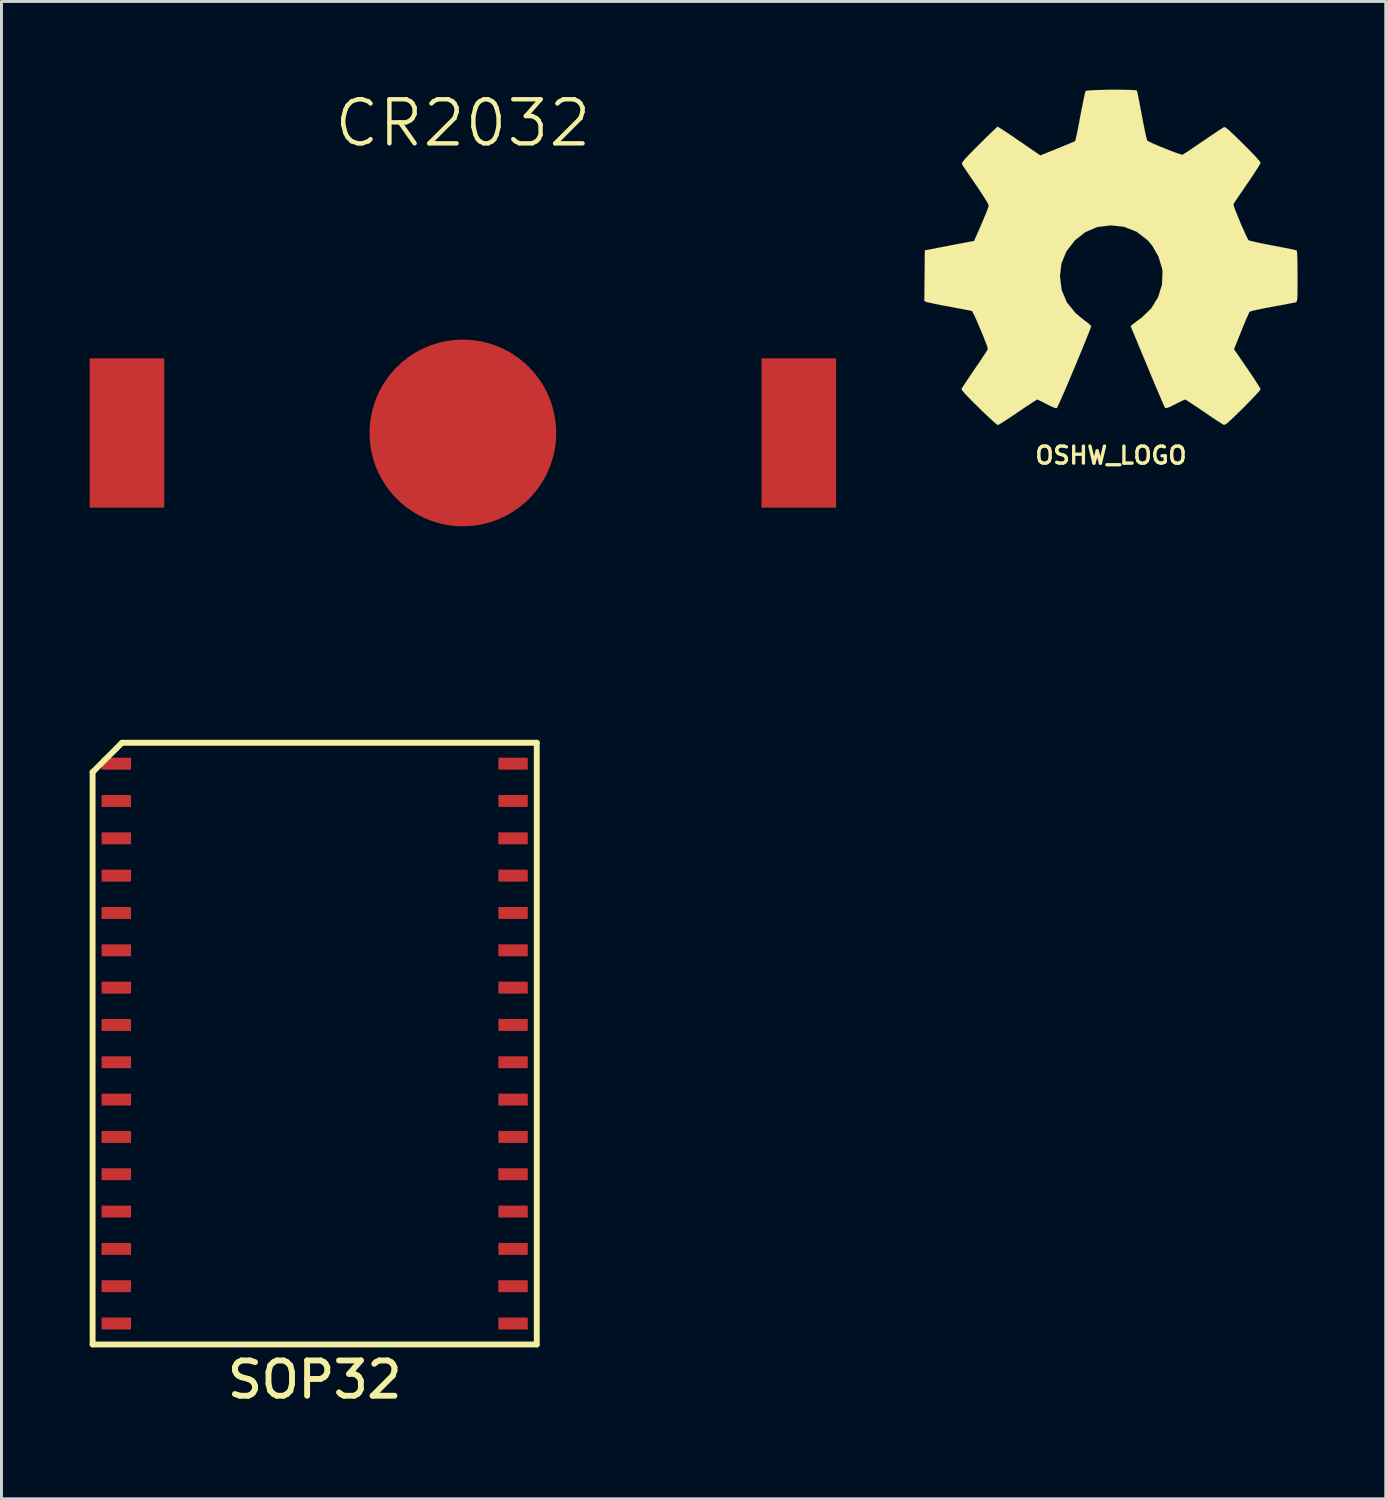
<source format=kicad_pcb>
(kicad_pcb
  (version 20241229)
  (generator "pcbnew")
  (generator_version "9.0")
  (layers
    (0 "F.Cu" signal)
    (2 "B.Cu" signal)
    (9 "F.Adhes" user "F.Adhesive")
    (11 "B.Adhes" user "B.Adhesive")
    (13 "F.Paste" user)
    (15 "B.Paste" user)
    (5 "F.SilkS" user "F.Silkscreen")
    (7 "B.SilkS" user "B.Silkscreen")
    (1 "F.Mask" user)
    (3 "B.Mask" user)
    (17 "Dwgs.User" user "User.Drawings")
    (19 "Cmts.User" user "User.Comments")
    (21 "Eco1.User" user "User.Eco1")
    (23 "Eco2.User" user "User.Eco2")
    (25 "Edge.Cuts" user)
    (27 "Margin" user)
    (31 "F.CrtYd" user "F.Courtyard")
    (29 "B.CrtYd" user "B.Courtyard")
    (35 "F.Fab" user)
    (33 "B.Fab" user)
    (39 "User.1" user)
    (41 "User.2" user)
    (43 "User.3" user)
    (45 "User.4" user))
  (footprint "CR2032"
    (layer "F.Cu")
    (at 12.7 11.682)
    (property "Reference" "CR2032" (at 0 -10.541 0) (layer "F.SilkS") (effects (font (size 1.5 1.5) (thickness 0.15))))
    (attr through_hole)
    (fp_line (start -10.541 -5.08) (end -8.255 -7.366) (stroke (width 0.15) (type solid)) (layer "Margin"))
    (fp_line (start -10.541 0) (end -10.541 -5.08) (stroke (width 0.15) (type solid)) (layer "Margin"))
    (fp_line (start -10.541 0) (end -10.541 4.445) (stroke (width 0.15) (type solid)) (layer "Margin"))
    (fp_line (start -10.541 4.445) (end -6.604 7.366) (stroke (width 0.15) (type solid)) (layer "Margin"))
    (fp_line (start -8.255 -7.366) (end 8.255 -7.366) (stroke (width 0.15) (type solid)) (layer "Margin"))
    (fp_line (start 8.255 -7.366) (end 10.541 -5.08) (stroke (width 0.15) (type solid)) (layer "Margin"))
    (fp_line (start 10.541 -5.08) (end 10.541 0) (stroke (width 0.15) (type solid)) (layer "Margin"))
    (fp_line (start 10.541 0) (end 10.541 4.445) (stroke (width 0.15) (type solid)) (layer "Margin"))
    (fp_line (start 10.541 4.445) (end 6.604 7.366) (stroke (width 0.15) (type solid)) (layer "Margin"))
    (fp_arc (start -6.604 7.366) (mid 0 4.630534) (end 6.604 7.366) (stroke (width 0.15) (type solid)) (layer "Margin"))
    (pad "1" smd rect (at -11.43 0) (size 2.54 5.08) (layers "F.Cu" "F.Mask"))
    (pad "1" smd rect (at 11.43 0) (size 2.54 5.08) (layers "F.Cu" "F.Mask"))
    (pad "2" smd circle (at 0 0) (size 6.35 6.35) (layers "F.Cu" "F.Mask")))
  (footprint "SOP32"
    (layer "F.Cu")
    (at 7.657 32.459)
    (property "Reference" "SOP32" (at 0 11.436 0) (layer "F.SilkS") (effects (font (size 1.2 1.2) (thickness 0.2))))
    (attr through_hole)
    (fp_line (start -7.556 -9.236) (end -7.556 10.236) (stroke (width 0.2) (type solid)) (layer "F.SilkS"))
    (fp_line (start -7.556 10.236) (end 7.556 10.236) (stroke (width 0.2) (type solid)) (layer "F.SilkS"))
    (fp_line (start -6.556 -10.236) (end -7.556 -9.236) (stroke (width 0.2) (type solid)) (layer "F.SilkS"))
    (fp_line (start 7.556 -10.236) (end -6.556 -10.236) (stroke (width 0.2) (type solid)) (layer "F.SilkS"))
    (fp_line (start 7.556 10.236) (end 7.556 -10.236) (stroke (width 0.2) (type solid)) (layer "F.SilkS"))
    (pad "1" smd rect (at -6.75 -9.525) (size 1 0.406) (layers "F.Cu" "F.Mask" "F.Paste"))
    (pad "2" smd rect (at -6.75 -8.255) (size 1 0.406) (layers "F.Cu" "F.Mask" "F.Paste"))
    (pad "3" smd rect (at -6.75 -6.985) (size 1 0.406) (layers "F.Cu" "F.Mask" "F.Paste"))
    (pad "4" smd rect (at -6.75 -5.715) (size 1 0.406) (layers "F.Cu" "F.Mask" "F.Paste"))
    (pad "5" smd rect (at -6.75 -4.445) (size 1 0.406) (layers "F.Cu" "F.Mask" "F.Paste"))
    (pad "6" smd rect (at -6.75 -3.175) (size 1 0.406) (layers "F.Cu" "F.Mask" "F.Paste"))
    (pad "7" smd rect (at -6.75 -1.905) (size 1 0.406) (layers "F.Cu" "F.Mask" "F.Paste"))
    (pad "8" smd rect (at -6.75 -0.635) (size 1 0.406) (layers "F.Cu" "F.Mask" "F.Paste"))
    (pad "9" smd rect (at -6.75 0.635) (size 1 0.406) (layers "F.Cu" "F.Mask" "F.Paste"))
    (pad "10" smd rect (at -6.75 1.905) (size 1 0.406) (layers "F.Cu" "F.Mask" "F.Paste"))
    (pad "11" smd rect (at -6.75 3.175) (size 1 0.406) (layers "F.Cu" "F.Mask" "F.Paste"))
    (pad "12" smd rect (at -6.75 4.445) (size 1 0.406) (layers "F.Cu" "F.Mask" "F.Paste"))
    (pad "13" smd rect (at -6.75 5.715) (size 1 0.406) (layers "F.Cu" "F.Mask" "F.Paste"))
    (pad "14" smd rect (at -6.75 6.985) (size 1 0.406) (layers "F.Cu" "F.Mask" "F.Paste"))
    (pad "15" smd rect (at -6.75 8.255) (size 1 0.406) (layers "F.Cu" "F.Mask" "F.Paste"))
    (pad "16" smd rect (at -6.75 9.525) (size 1 0.406) (layers "F.Cu" "F.Mask" "F.Paste"))
    (pad "17" smd rect (at 6.75 9.525) (size 1 0.406) (layers "F.Cu" "F.Mask" "F.Paste"))
    (pad "18" smd rect (at 6.75 8.255) (size 1 0.406) (layers "F.Cu" "F.Mask" "F.Paste"))
    (pad "19" smd rect (at 6.75 6.985) (size 1 0.406) (layers "F.Cu" "F.Mask" "F.Paste"))
    (pad "20" smd rect (at 6.75 5.715) (size 1 0.406) (layers "F.Cu" "F.Mask" "F.Paste"))
    (pad "21" smd rect (at 6.75 4.445) (size 1 0.406) (layers "F.Cu" "F.Mask" "F.Paste"))
    (pad "22" smd rect (at 6.75 3.175) (size 1 0.406) (layers "F.Cu" "F.Mask" "F.Paste"))
    (pad "23" smd rect (at 6.75 1.905) (size 1 0.406) (layers "F.Cu" "F.Mask" "F.Paste"))
    (pad "24" smd rect (at 6.75 0.635) (size 1 0.406) (layers "F.Cu" "F.Mask" "F.Paste"))
    (pad "25" smd rect (at 6.75 -0.635) (size 1 0.406) (layers "F.Cu" "F.Mask" "F.Paste"))
    (pad "26" smd rect (at 6.75 -1.905) (size 1 0.406) (layers "F.Cu" "F.Mask" "F.Paste"))
    (pad "27" smd rect (at 6.75 -3.175) (size 1 0.406) (layers "F.Cu" "F.Mask" "F.Paste"))
    (pad "28" smd rect (at 6.75 -4.445) (size 1 0.406) (layers "F.Cu" "F.Mask" "F.Paste"))
    (pad "29" smd rect (at 6.75 -5.715) (size 1 0.406) (layers "F.Cu" "F.Mask" "F.Paste"))
    (pad "30" smd rect (at 6.75 -6.985) (size 1 0.406) (layers "F.Cu" "F.Mask" "F.Paste"))
    (pad "31" smd rect (at 6.75 -8.255) (size 1 0.406) (layers "F.Cu" "F.Mask" "F.Paste"))
    (pad "32" smd rect (at 6.75 -9.525) (size 1 0.406) (layers "F.Cu" "F.Mask" "F.Paste")))
  (footprint "OSHW_LOGO"
    (layer "F.Cu")
    (at 34.751 5.709)
    (property "Reference" "OSHW_LOGO" (at 0 6.736 0) (layer "F.SilkS") (effects (font (size 0.579 0.579) (thickness 0.114))))
    (attr through_hole)
    (fp_poly (pts (xy -3.851 5.705) (xy -3.782 5.669) (xy -3.635 5.575) (xy -3.421 5.438) (xy -3.172 5.268) (xy -2.921 5.098) (xy -2.713 4.961) (xy -2.568 4.867) (xy -2.507 4.834) (xy -2.477 4.846) (xy -2.355 4.905) (xy -2.182 4.994) (xy -2.083 5.044) (xy -1.923 5.116) (xy -1.844 5.128) (xy -1.831 5.105) (xy -1.773 4.983) (xy -1.681 4.778) (xy -1.56 4.501) (xy -1.422 4.178) (xy -1.275 3.83) (xy -1.128 3.477) (xy -0.988 3.139) (xy -0.864 2.835) (xy -0.765 2.588) (xy -0.699 2.416) (xy -0.676 2.342) (xy -0.683 2.327) (xy -0.762 2.248) (xy -0.902 2.144) (xy -1.201 1.9) (xy -1.499 1.532) (xy -1.679 1.11) (xy -1.737 0.643) (xy -1.687 0.208) (xy -1.516 -0.208) (xy -1.227 -0.582) (xy -0.874 -0.861) (xy -0.462 -1.036) (xy 0 -1.092) (xy 0.442 -1.044) (xy 0.869 -0.876) (xy 1.242 -0.592) (xy 1.4 -0.409) (xy 1.618 -0.028) (xy 1.742 0.378) (xy 1.755 0.483) (xy 1.737 0.927) (xy 1.605 1.354) (xy 1.369 1.737) (xy 1.044 2.05) (xy 1.003 2.08) (xy 0.851 2.192) (xy 0.749 2.271) (xy 0.671 2.337) (xy 1.237 3.703) (xy 1.328 3.922) (xy 1.483 4.295) (xy 1.621 4.615) (xy 1.73 4.872) (xy 1.806 5.044) (xy 1.839 5.113) (xy 1.844 5.116) (xy 1.892 5.126) (xy 1.999 5.088) (xy 2.187 4.994) (xy 2.314 4.93) (xy 2.459 4.859) (xy 2.525 4.834) (xy 2.581 4.864) (xy 2.72 4.956) (xy 2.924 5.09) (xy 3.167 5.255) (xy 3.399 5.415) (xy 3.614 5.555) (xy 3.772 5.657) (xy 3.846 5.697) (xy 3.858 5.697) (xy 3.927 5.659) (xy 4.049 5.555) (xy 4.234 5.38) (xy 4.498 5.121) (xy 4.539 5.08) (xy 4.755 4.859) (xy 4.93 4.676) (xy 5.05 4.544) (xy 5.09 4.483) (xy 5.052 4.409) (xy 4.953 4.255) (xy 4.811 4.036) (xy 4.638 3.782) (xy 4.186 3.124) (xy 4.435 2.504) (xy 4.511 2.314) (xy 4.608 2.083) (xy 4.681 1.92) (xy 4.717 1.847) (xy 4.785 1.824) (xy 4.956 1.783) (xy 5.199 1.732) (xy 5.494 1.676) (xy 5.773 1.626) (xy 6.027 1.577) (xy 6.21 1.542) (xy 6.292 1.527) (xy 6.312 1.514) (xy 6.327 1.473) (xy 6.34 1.389) (xy 6.345 1.234) (xy 6.347 0.993) (xy 6.347 0.643) (xy 6.347 0.605) (xy 6.345 0.269) (xy 6.34 0.005) (xy 6.33 -0.17) (xy 6.32 -0.239) (xy 6.317 -0.239) (xy 6.238 -0.259) (xy 6.06 -0.297) (xy 5.806 -0.345) (xy 5.507 -0.404) (xy 5.486 -0.406) (xy 5.187 -0.465) (xy 4.935 -0.518) (xy 4.76 -0.559) (xy 4.684 -0.582) (xy 4.669 -0.602) (xy 4.608 -0.719) (xy 4.524 -0.907) (xy 4.422 -1.133) (xy 4.326 -1.369) (xy 4.239 -1.58) (xy 4.183 -1.74) (xy 4.166 -1.811) (xy 4.166 -1.814) (xy 4.211 -1.885) (xy 4.315 -2.04) (xy 4.463 -2.256) (xy 4.636 -2.512) (xy 4.651 -2.532) (xy 4.823 -2.786) (xy 4.963 -3) (xy 5.057 -3.152) (xy 5.09 -3.221) (xy 5.09 -3.226) (xy 5.034 -3.302) (xy 4.905 -3.447) (xy 4.719 -3.64) (xy 4.496 -3.863) (xy 4.425 -3.934) (xy 4.178 -4.173) (xy 4.008 -4.333) (xy 3.901 -4.417) (xy 3.851 -4.435) (xy 3.848 -4.432) (xy 3.772 -4.387) (xy 3.612 -4.282) (xy 3.393 -4.135) (xy 3.137 -3.96) (xy 3.117 -3.947) (xy 2.865 -3.777) (xy 2.652 -3.632) (xy 2.502 -3.533) (xy 2.436 -3.493) (xy 2.426 -3.493) (xy 2.322 -3.523) (xy 2.141 -3.586) (xy 1.92 -3.673) (xy 1.684 -3.767) (xy 1.471 -3.858) (xy 1.311 -3.932) (xy 1.234 -3.973) (xy 1.234 -3.978) (xy 1.206 -4.069) (xy 1.163 -4.257) (xy 1.11 -4.519) (xy 1.049 -4.831) (xy 1.041 -4.879) (xy 0.983 -5.184) (xy 0.935 -5.433) (xy 0.899 -5.606) (xy 0.881 -5.677) (xy 0.838 -5.687) (xy 0.691 -5.697) (xy 0.465 -5.702) (xy 0.193 -5.707) (xy -0.097 -5.705) (xy -0.376 -5.697) (xy -0.617 -5.69) (xy -0.787 -5.677) (xy -0.859 -5.664) (xy -0.861 -5.659) (xy -0.889 -5.565) (xy -0.93 -5.375) (xy -0.983 -5.113) (xy -1.044 -4.801) (xy -1.054 -4.745) (xy -1.11 -4.445) (xy -1.161 -4.196) (xy -1.199 -4.026) (xy -1.217 -3.96) (xy -1.245 -3.945) (xy -1.369 -3.891) (xy -1.572 -3.807) (xy -1.821 -3.706) (xy -2.403 -3.47) (xy -3.117 -3.96) (xy -3.18 -4.003) (xy -3.437 -4.178) (xy -3.647 -4.318) (xy -3.795 -4.412) (xy -3.856 -4.448) (xy -3.861 -4.445) (xy -3.932 -4.381) (xy -4.072 -4.249) (xy -4.265 -4.061) (xy -4.491 -3.838) (xy -4.656 -3.673) (xy -4.851 -3.472) (xy -4.976 -3.338) (xy -5.044 -3.251) (xy -5.07 -3.2) (xy -5.062 -3.165) (xy -5.016 -3.091) (xy -4.912 -2.936) (xy -4.765 -2.718) (xy -4.592 -2.466) (xy -4.45 -2.256) (xy -4.295 -2.017) (xy -4.194 -1.847) (xy -4.158 -1.763) (xy -4.168 -1.727) (xy -4.216 -1.587) (xy -4.303 -1.377) (xy -4.409 -1.125) (xy -4.656 -0.561) (xy -5.027 -0.49) (xy -5.25 -0.45) (xy -5.565 -0.389) (xy -5.865 -0.33) (xy -6.332 -0.239) (xy -6.35 1.483) (xy -6.276 1.514) (xy -6.208 1.532) (xy -6.035 1.57) (xy -5.786 1.621) (xy -5.494 1.674) (xy -5.245 1.722) (xy -4.994 1.768) (xy -4.813 1.803) (xy -4.735 1.821) (xy -4.714 1.847) (xy -4.651 1.968) (xy -4.562 2.162) (xy -4.463 2.395) (xy -4.361 2.637) (xy -4.275 2.857) (xy -4.211 3.028) (xy -4.188 3.114) (xy -4.224 3.18) (xy -4.318 3.327) (xy -4.458 3.538) (xy -4.628 3.787) (xy -4.798 4.036) (xy -4.94 4.249) (xy -5.042 4.404) (xy -5.083 4.473) (xy -5.062 4.521) (xy -4.963 4.641) (xy -4.775 4.836) (xy -4.496 5.113) (xy -4.45 5.159) (xy -4.227 5.372) (xy -4.039 5.545) (xy -3.907 5.662) (xy -3.851 5.705)) (stroke (width 0.003) (type solid)) (fill yes) (layer "F.SilkS")))
  (gr_rect
    (start -3 -3)
    (end 44.1 47.948)
    (stroke (width 0.1) (type default))
    (fill no)
    (layer "Edge.Cuts")))
</source>
